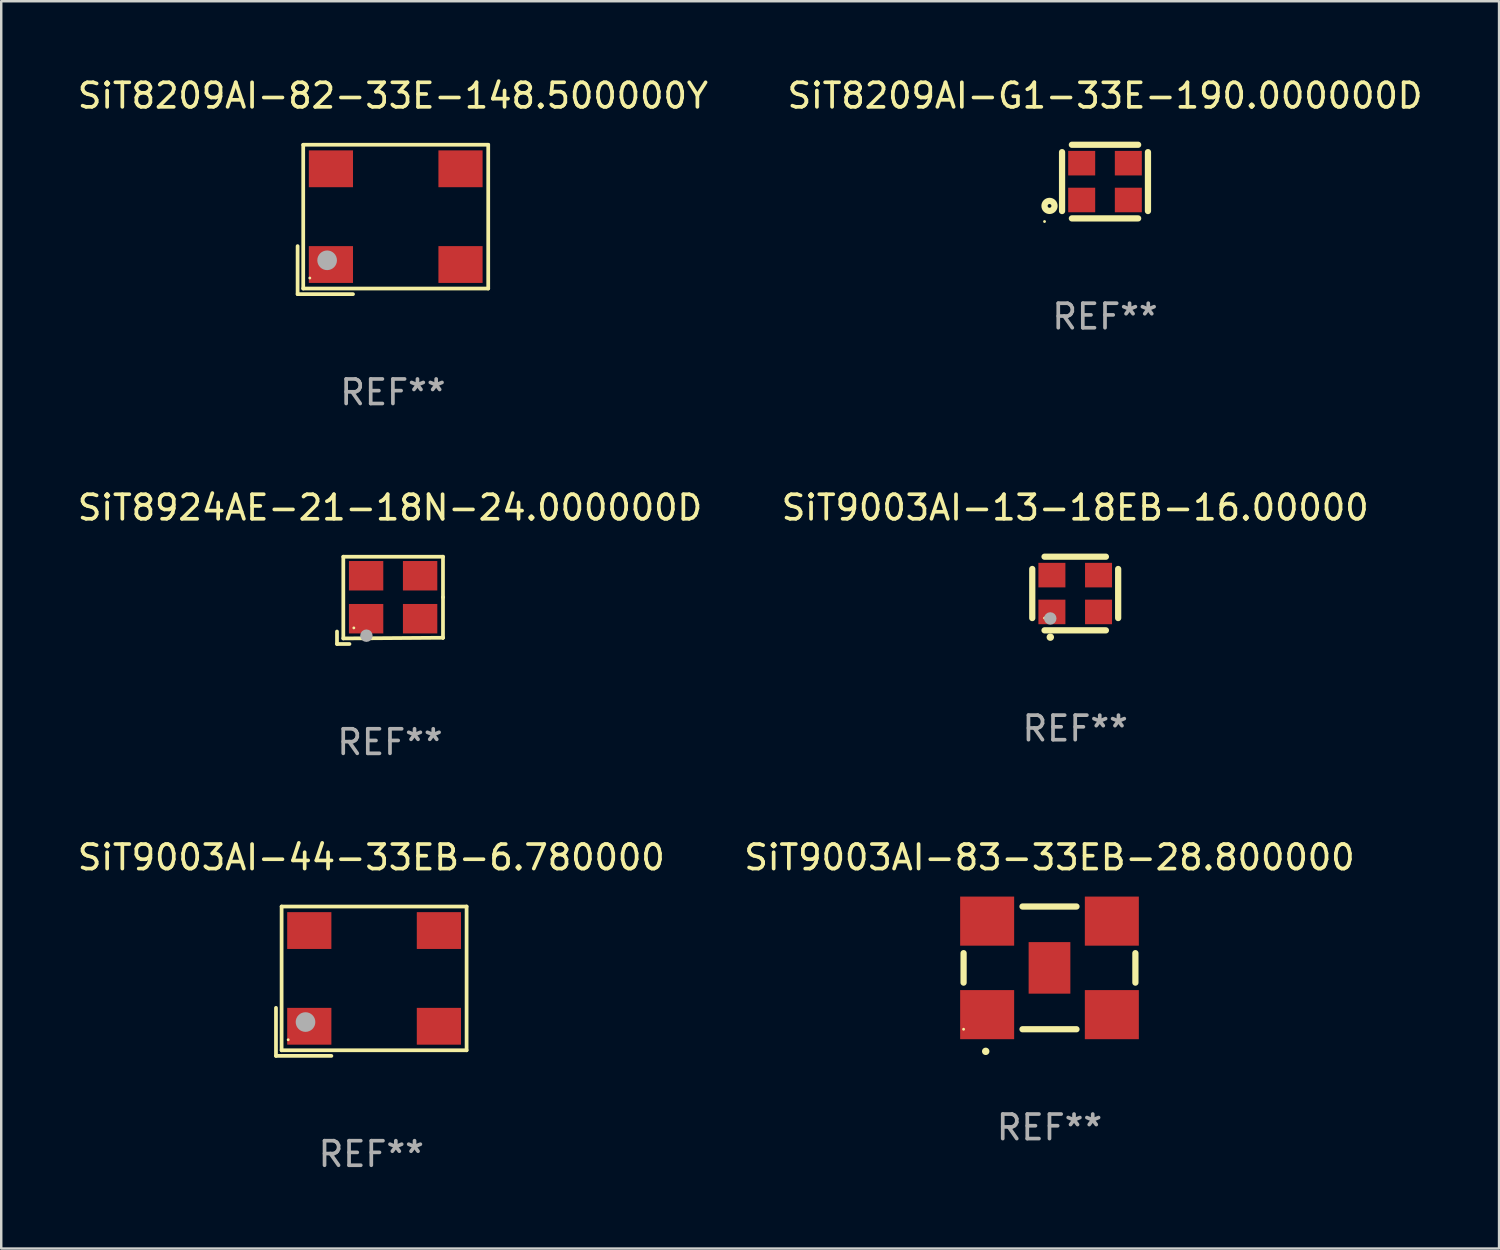
<source format=kicad_pcb>
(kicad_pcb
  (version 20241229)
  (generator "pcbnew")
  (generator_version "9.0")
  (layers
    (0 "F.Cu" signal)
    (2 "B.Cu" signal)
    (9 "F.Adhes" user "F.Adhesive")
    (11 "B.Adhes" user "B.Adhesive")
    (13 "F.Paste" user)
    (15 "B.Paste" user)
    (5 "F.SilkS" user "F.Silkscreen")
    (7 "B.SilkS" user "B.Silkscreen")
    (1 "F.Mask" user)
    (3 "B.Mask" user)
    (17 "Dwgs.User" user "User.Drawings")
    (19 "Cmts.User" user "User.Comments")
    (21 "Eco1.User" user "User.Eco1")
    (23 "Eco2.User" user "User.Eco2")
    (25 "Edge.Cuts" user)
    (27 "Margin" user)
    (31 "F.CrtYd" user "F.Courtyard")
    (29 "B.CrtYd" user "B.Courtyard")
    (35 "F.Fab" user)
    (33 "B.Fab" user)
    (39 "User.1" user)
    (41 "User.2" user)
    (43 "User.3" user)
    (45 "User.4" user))
  (footprint "SiT8924AE-21-18N-24.000000D"
    (layer "F.Cu")
    (at 12.839 21.409)
    (property "Reference" "SiT8924AE-21-18N-24.000000D" (at 0 -3.778 0) (layer "F.SilkS") (effects (font (size 1 1) (thickness 0.15))))
    (attr through_hole)
    (fp_line (start -2.159 1.27) (end -2.159 1.778) (stroke (width 0.152) (type solid)) (layer "F.SilkS"))
    (fp_line (start -2.159 1.778) (end -1.651 1.778) (stroke (width 0.152) (type solid)) (layer "F.SilkS"))
    (fp_line (start -1.902 -1.778) (end 2.159 -1.778) (stroke (width 0.152) (type solid)) (layer "F.SilkS"))
    (fp_line (start -1.902 1.552) (end -1.902 -1.778) (stroke (width 0.152) (type solid)) (layer "F.SilkS"))
    (fp_line (start 2.159 -1.778) (end 2.159 -0.127) (stroke (width 0.152) (type solid)) (layer "F.SilkS"))
    (fp_line (start 2.159 -0.127) (end 2.159 1.524) (stroke (width 0.152) (type solid)) (layer "F.SilkS"))
    (fp_line (start 2.159 1.524) (end -1.902 1.552) (stroke (width 0.152) (type solid)) (layer "F.SilkS"))
    (fp_line (start 2.159 1.524) (end 2.159 1.524) (stroke (width 0.152) (type solid)) (layer "F.SilkS"))
    (fp_circle (center -1.473 1.123) (end -1.443 1.123) (stroke (width 0.06) (type solid)) (fill no) (layer "F.SilkS"))
    (fp_circle (center -0.961 1.44) (end -0.834 1.44) (stroke (width 0.254) (type solid)) (fill no) (layer "F.Fab"))
    (fp_text user "REF**" (at 0 5.778 0) (layer "F.Fab") (effects (font (size 1 1) (thickness 0.15))))
    (pad "1" smd rect (at -0.973 0.748) (size 1.4 1.2) (layers "F.Cu" "F.Mask" "F.Paste"))
    (pad "2" smd rect (at 1.227 0.748) (size 1.4 1.2) (layers "F.Cu" "F.Mask" "F.Paste"))
    (pad "3" smd rect (at 1.227 -1.002) (size 1.4 1.2) (layers "F.Cu" "F.Mask" "F.Paste"))
    (pad "4" smd rect (at -0.973 -1.002) (size 1.4 1.2) (layers "F.Cu" "F.Mask" "F.Paste")))
  (footprint "SiT8209AI-82-33E-148.500000Y"
    (layer "F.Cu")
    (at 12.958 5.891)
    (property "Reference" "SiT8209AI-82-33E-148.500000Y" (at 0 -5.043 0) (layer "F.SilkS") (effects (font (size 1 1) (thickness 0.15))))
    (attr through_hole)
    (fp_line (start -3.883 1.086) (end -3.883 3.043) (stroke (width 0.152) (type solid)) (layer "F.SilkS"))
    (fp_line (start -3.883 3.043) (end -1.626 3.043) (stroke (width 0.152) (type solid)) (layer "F.SilkS"))
    (fp_line (start -3.654 -3.043) (end 3.883 -3.043) (stroke (width 0.152) (type solid)) (layer "F.SilkS"))
    (fp_line (start -3.654 2.814) (end -3.654 -3.043) (stroke (width 0.152) (type solid)) (layer "F.SilkS"))
    (fp_line (start 3.883 -3.043) (end 3.883 2.814) (stroke (width 0.152) (type solid)) (layer "F.SilkS"))
    (fp_line (start 3.883 2.814) (end -3.654 2.814) (stroke (width 0.152) (type solid)) (layer "F.SilkS"))
    (fp_circle (center -3.386 2.386) (end -3.356 2.386) (stroke (width 0.06) (type solid)) (fill no) (layer "F.SilkS"))
    (fp_circle (center -2.68 1.664) (end -2.48 1.664) (stroke (width 0.4) (type solid)) (fill no) (layer "F.Fab"))
    (fp_text user "REF**" (at 0 7.043 0) (layer "F.Fab") (effects (font (size 1 1) (thickness 0.15))))
    (pad "1" smd rect (at -2.526 1.836) (size 1.8 1.5) (layers "F.Cu" "F.Mask" "F.Paste"))
    (pad "2" smd rect (at 2.754 1.836) (size 1.8 1.5) (layers "F.Cu" "F.Mask" "F.Paste"))
    (pad "3" smd rect (at 2.754 -2.064) (size 1.8 1.5) (layers "F.Cu" "F.Mask" "F.Paste"))
    (pad "4" smd rect (at -2.526 -2.064) (size 1.8 1.5) (layers "F.Cu" "F.Mask" "F.Paste")))
  (footprint "SiT9003AI-83-33EB-28.800000"
    (layer "F.Cu")
    (at 39.708 36.383)
    (property "Reference" "SiT9003AI-83-33EB-28.800000" (at 0 -4.5 0) (layer "F.SilkS") (effects (font (size 1 1) (thickness 0.15))))
    (attr through_hole)
    (fp_line (start -3.5 -0.6) (end -3.5 0.6) (stroke (width 0.254) (type solid)) (layer "F.SilkS"))
    (fp_line (start -1.1 -2.5) (end 1.1 -2.5) (stroke (width 0.254) (type solid)) (layer "F.SilkS"))
    (fp_line (start -1.1 2.5) (end 1.1 2.5) (stroke (width 0.254) (type solid)) (layer "F.SilkS"))
    (fp_line (start 3.5 -0.6) (end 3.5 0.6) (stroke (width 0.254) (type solid)) (layer "F.SilkS"))
    (fp_arc (start -2.6 3.4) (mid -2.59873 3.399995) (end -2.59746 3.4) (stroke (width 0.3) (type solid)) (layer "F.SilkS"))
    (fp_circle (center -3.5 2.5) (end -3.47 2.5) (stroke (width 0.06) (type solid)) (fill no) (layer "F.SilkS"))
    (fp_text user "REF**" (at 0 6.5 0) (layer "F.Fab") (effects (font (size 1 1) (thickness 0.15))))
    (pad "1" smd rect (at -2.54 1.905) (size 2.2 2) (layers "F.Cu" "F.Mask" "F.Paste"))
    (pad "2" smd rect (at 2.54 1.905) (size 2.2 2) (layers "F.Cu" "F.Mask" "F.Paste"))
    (pad "3" smd rect (at 2.54 -1.905) (size 2.2 2) (layers "F.Cu" "F.Mask" "F.Paste"))
    (pad "4" smd rect (at -2.54 -1.905) (size 2.2 2) (layers "F.Cu" "F.Mask" "F.Paste"))
    (pad "5" smd rect (at 0 0.000127 180) (size 1.7 2.1) (layers "F.Cu" "F.Mask" "F.Paste")))
  (footprint "SiT9003AI-44-33EB-6.780000"
    (layer "F.Cu")
    (at 12.077 36.926)
    (property "Reference" "SiT9003AI-44-33EB-6.780000" (at 0 -5.043 0) (layer "F.SilkS") (effects (font (size 1 1) (thickness 0.15))))
    (attr through_hole)
    (fp_line (start -3.883 1.086) (end -3.883 3.043) (stroke (width 0.152) (type solid)) (layer "F.SilkS"))
    (fp_line (start -3.883 3.043) (end -1.626 3.043) (stroke (width 0.152) (type solid)) (layer "F.SilkS"))
    (fp_line (start -3.654 -3.043) (end 3.883 -3.043) (stroke (width 0.152) (type solid)) (layer "F.SilkS"))
    (fp_line (start -3.654 2.814) (end -3.654 -3.043) (stroke (width 0.152) (type solid)) (layer "F.SilkS"))
    (fp_line (start 3.883 -3.043) (end 3.883 2.814) (stroke (width 0.152) (type solid)) (layer "F.SilkS"))
    (fp_line (start 3.883 2.814) (end -3.654 2.814) (stroke (width 0.152) (type solid)) (layer "F.SilkS"))
    (fp_circle (center -3.386 2.386) (end -3.356 2.386) (stroke (width 0.06) (type solid)) (fill no) (layer "F.SilkS"))
    (fp_circle (center -2.68 1.664) (end -2.48 1.664) (stroke (width 0.4) (type solid)) (fill no) (layer "F.Fab"))
    (fp_text user "REF**" (at 0 7.043 0) (layer "F.Fab") (effects (font (size 1 1) (thickness 0.15))))
    (pad "1" smd rect (at -2.526 1.836) (size 1.8 1.5) (layers "F.Cu" "F.Mask" "F.Paste"))
    (pad "2" smd rect (at 2.754 1.836) (size 1.8 1.5) (layers "F.Cu" "F.Mask" "F.Paste"))
    (pad "3" smd rect (at 2.754 -2.064) (size 1.8 1.5) (layers "F.Cu" "F.Mask" "F.Paste"))
    (pad "4" smd rect (at -2.526 -2.064) (size 1.8 1.5) (layers "F.Cu" "F.Mask" "F.Paste")))
  (footprint "SiT9003AI-13-18EB-16.00000"
    (layer "F.Cu")
    (at 40.756 21.131)
    (property "Reference" "SiT9003AI-13-18EB-16.00000" (at 0 -3.5 0) (layer "F.SilkS") (effects (font (size 1 1) (thickness 0.15))))
    (attr through_hole)
    (fp_line (start -1.75 -1) (end -1.75 1) (stroke (width 0.254) (type solid)) (layer "F.SilkS"))
    (fp_line (start -1.25 -1.5) (end 1.25 -1.5) (stroke (width 0.254) (type solid)) (layer "F.SilkS"))
    (fp_line (start -1.25 1.5) (end 1.25 1.5) (stroke (width 0.254) (type solid)) (layer "F.SilkS"))
    (fp_line (start 1.75 -1) (end 1.75 1) (stroke (width 0.254) (type solid)) (layer "F.SilkS"))
    (fp_arc (start -1.016002 1.778004) (mid -1.014732 1.777999) (end -1.013462 1.778004) (stroke (width 0.3) (type solid)) (layer "F.SilkS"))
    (fp_circle (center -1.25 1) (end -1.22 1) (stroke (width 0.06) (type solid)) (fill no) (layer "F.SilkS"))
    (fp_circle (center -1.016 1.016) (end -0.889 1.016) (stroke (width 0.254) (type solid)) (fill no) (layer "F.Fab"))
    (fp_text user "REF**" (at 0 5.5 0) (layer "F.Fab") (effects (font (size 1 1) (thickness 0.15))))
    (pad "1" smd rect (at -0.95 0.75) (size 1.1 1) (layers "F.Cu" "F.Mask" "F.Paste"))
    (pad "2" smd rect (at 0.95 0.75) (size 1.1 1) (layers "F.Cu" "F.Mask" "F.Paste"))
    (pad "3" smd rect (at 0.95 -0.75) (size 1.1 1) (layers "F.Cu" "F.Mask" "F.Paste"))
    (pad "4" smd rect (at -0.95 -0.75) (size 1.1 1) (layers "F.Cu" "F.Mask" "F.Paste")))
  (footprint "SiT8209AI-G1-33E-190.000000D"
    (layer "F.Cu")
    (at 41.97 4.348)
    (property "Reference" "SiT8209AI-G1-33E-190.000000D" (at 0 -3.5 0) (layer "F.SilkS") (effects (font (size 1 1) (thickness 0.15))))
    (attr through_hole)
    (fp_line (start -1.75 -1.2) (end -1.75 1.2) (stroke (width 0.254) (type solid)) (layer "F.SilkS"))
    (fp_line (start -1.35 -1.5) (end 1.35 -1.5) (stroke (width 0.254) (type solid)) (layer "F.SilkS"))
    (fp_line (start -1.35 1.5) (end 1.35 1.5) (stroke (width 0.254) (type solid)) (layer "F.SilkS"))
    (fp_line (start 1.75 -1.2) (end 1.75 1.2) (stroke (width 0.254) (type solid)) (layer "F.SilkS"))
    (fp_circle (center -2.464 1.627) (end -2.434 1.627) (stroke (width 0.06) (type solid)) (fill no) (layer "F.SilkS"))
    (fp_circle (center -2.261 0.991) (end -2.184 0.991) (stroke (width 0.254) (type solid)) (fill no) (layer "F.SilkS"))
    (fp_text user "REF**" (at 0 5.5 0) (layer "F.Fab") (effects (font (size 1 1) (thickness 0.15))))
    (pad "1" smd rect (at -0.95 0.75 90) (size 1 1.1) (layers "F.Cu" "F.Mask" "F.Paste"))
    (pad "2" smd rect (at 0.95 0.75 90) (size 1 1.1) (layers "F.Cu" "F.Mask" "F.Paste"))
    (pad "3" smd rect (at 0.95 -0.75 90) (size 1 1.1) (layers "F.Cu" "F.Mask" "F.Paste"))
    (pad "4" smd rect (at -0.95 -0.75 90) (size 1 1.1) (layers "F.Cu" "F.Mask" "F.Paste")))
  (gr_rect
    (start -3 -3)
    (end 58.024 47.817)
    (stroke (width 0.1) (type default))
    (fill no)
    (layer "Edge.Cuts")))
</source>
